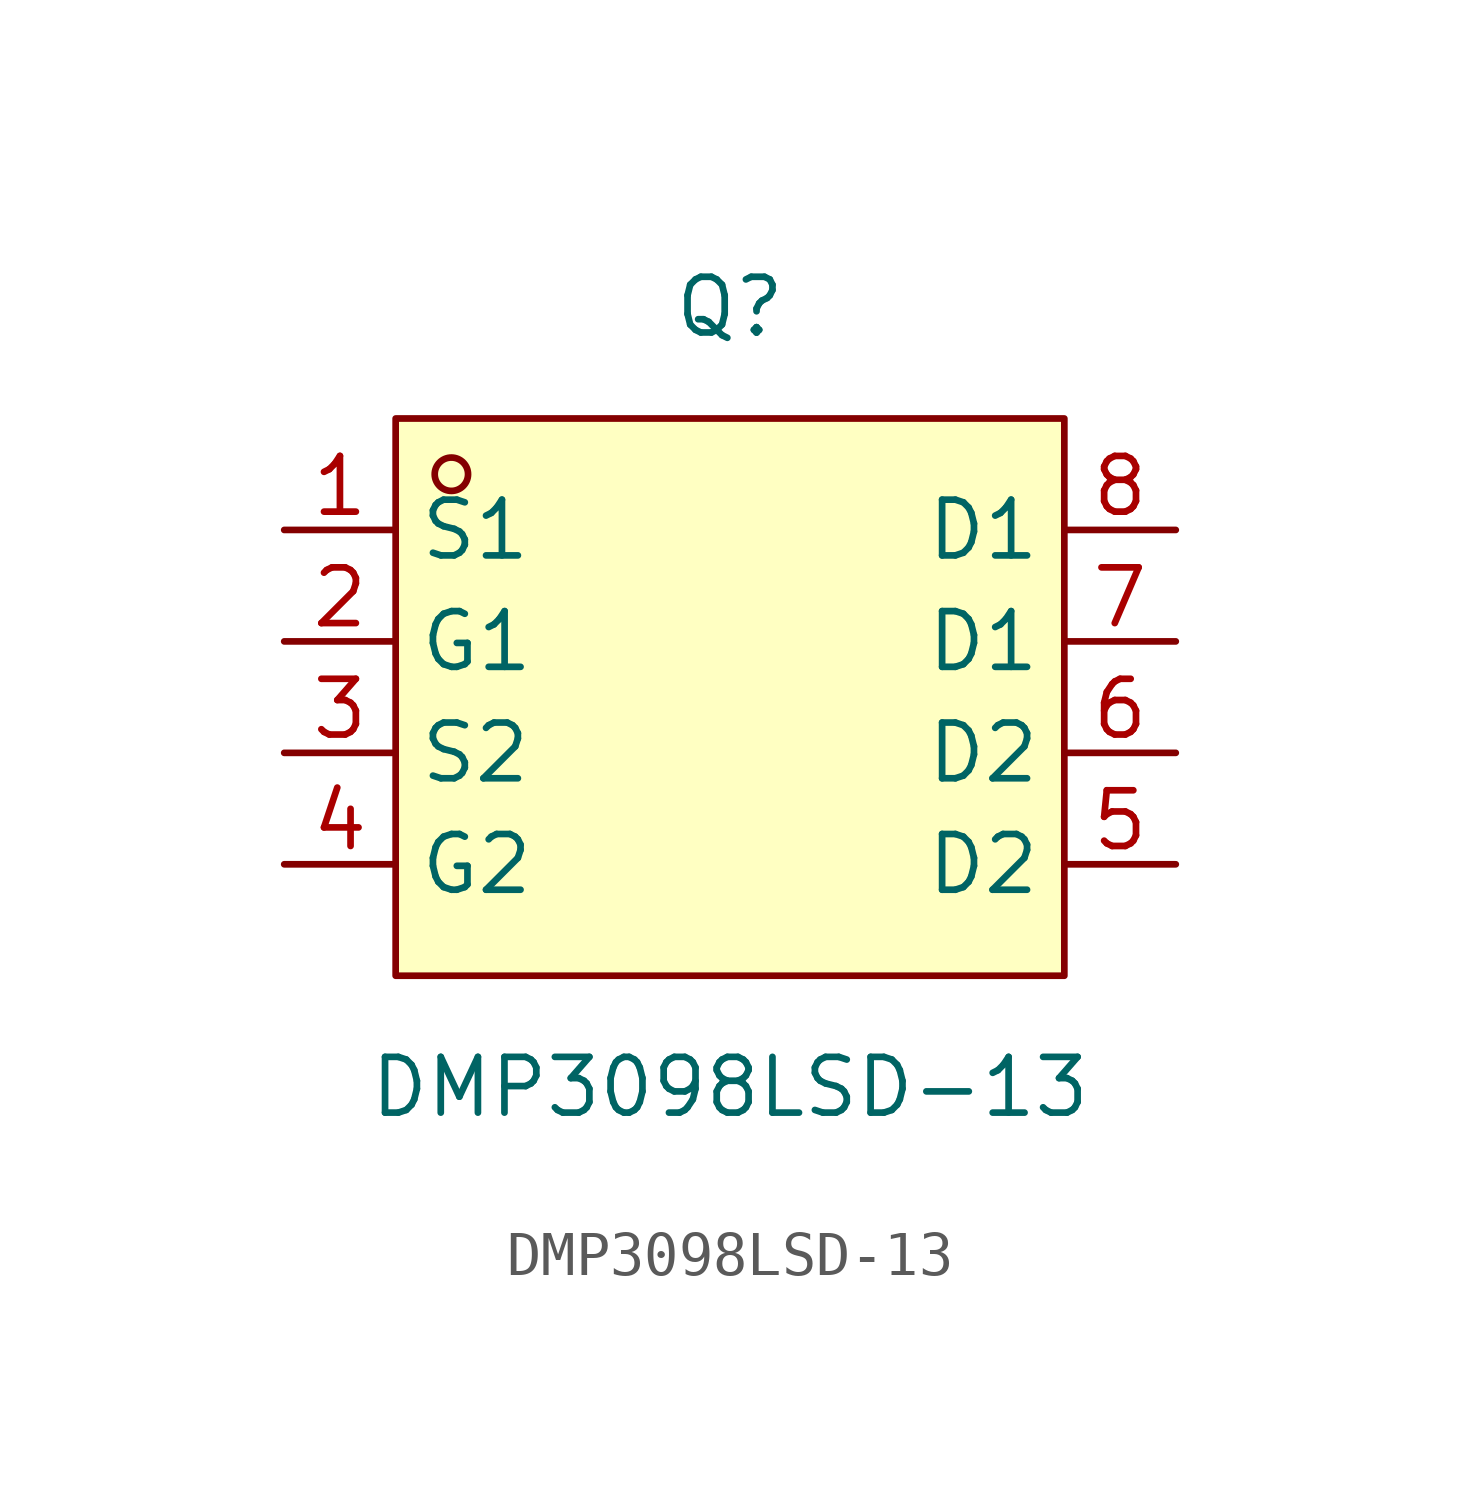
<source format=kicad_sym>
(kicad_symbol_lib
  (version 20211014)
  (generator https://github.com/uPesy/easyeda2kicad.py)
  (symbol "DMP3098LSD-13"
    (property "Reference" "Q"
      (at 0 10.16 0)
      (effects (font (size 1.27 1.27))))
    (property "Value" "DMP3098LSD-13"
      (at 0 -7.62 0)
      (effects (font (size 1.27 1.27))))
    (symbol "DMP3098LSD-13_0_1"
      (rectangle (start -7.62 7.62) (end 7.62 -5.08) (stroke (width 0) (type default) (color 0 0 0 0)) (fill (type background)))
      (circle (center -6.35 6.35) (radius 0.38) (stroke (width 0) (type default) (color 0 0 0 0)) (fill (type none)))
      (pin unspecified line (at -10.16 5.08 0) (length 2.54) (name "S1" (effects (font (size 1.27 1.27)))) (number "1" (effects (font (size 1.27 1.27)))))
      (pin unspecified line (at -10.16 2.54 0) (length 2.54) (name "G1" (effects (font (size 1.27 1.27)))) (number "2" (effects (font (size 1.27 1.27)))))
      (pin unspecified line (at -10.16 -0.00 0) (length 2.54) (name "S2" (effects (font (size 1.27 1.27)))) (number "3" (effects (font (size 1.27 1.27)))))
      (pin unspecified line (at -10.16 -2.54 0) (length 2.54) (name "G2" (effects (font (size 1.27 1.27)))) (number "4" (effects (font (size 1.27 1.27)))))
      (pin unspecified line (at 10.16 -2.54 180) (length 2.54) (name "D2" (effects (font (size 1.27 1.27)))) (number "5" (effects (font (size 1.27 1.27)))))
      (pin unspecified line (at 10.16 -0.00 180) (length 2.54) (name "D2" (effects (font (size 1.27 1.27)))) (number "6" (effects (font (size 1.27 1.27)))))
      (pin unspecified line (at 10.16 2.54 180) (length 2.54) (name "D1" (effects (font (size 1.27 1.27)))) (number "7" (effects (font (size 1.27 1.27)))))
      (pin unspecified line (at 10.16 5.08 180) (length 2.54) (name "D1" (effects (font (size 1.27 1.27)))) (number "8" (effects (font (size 1.27 1.27))))))))
</source>
